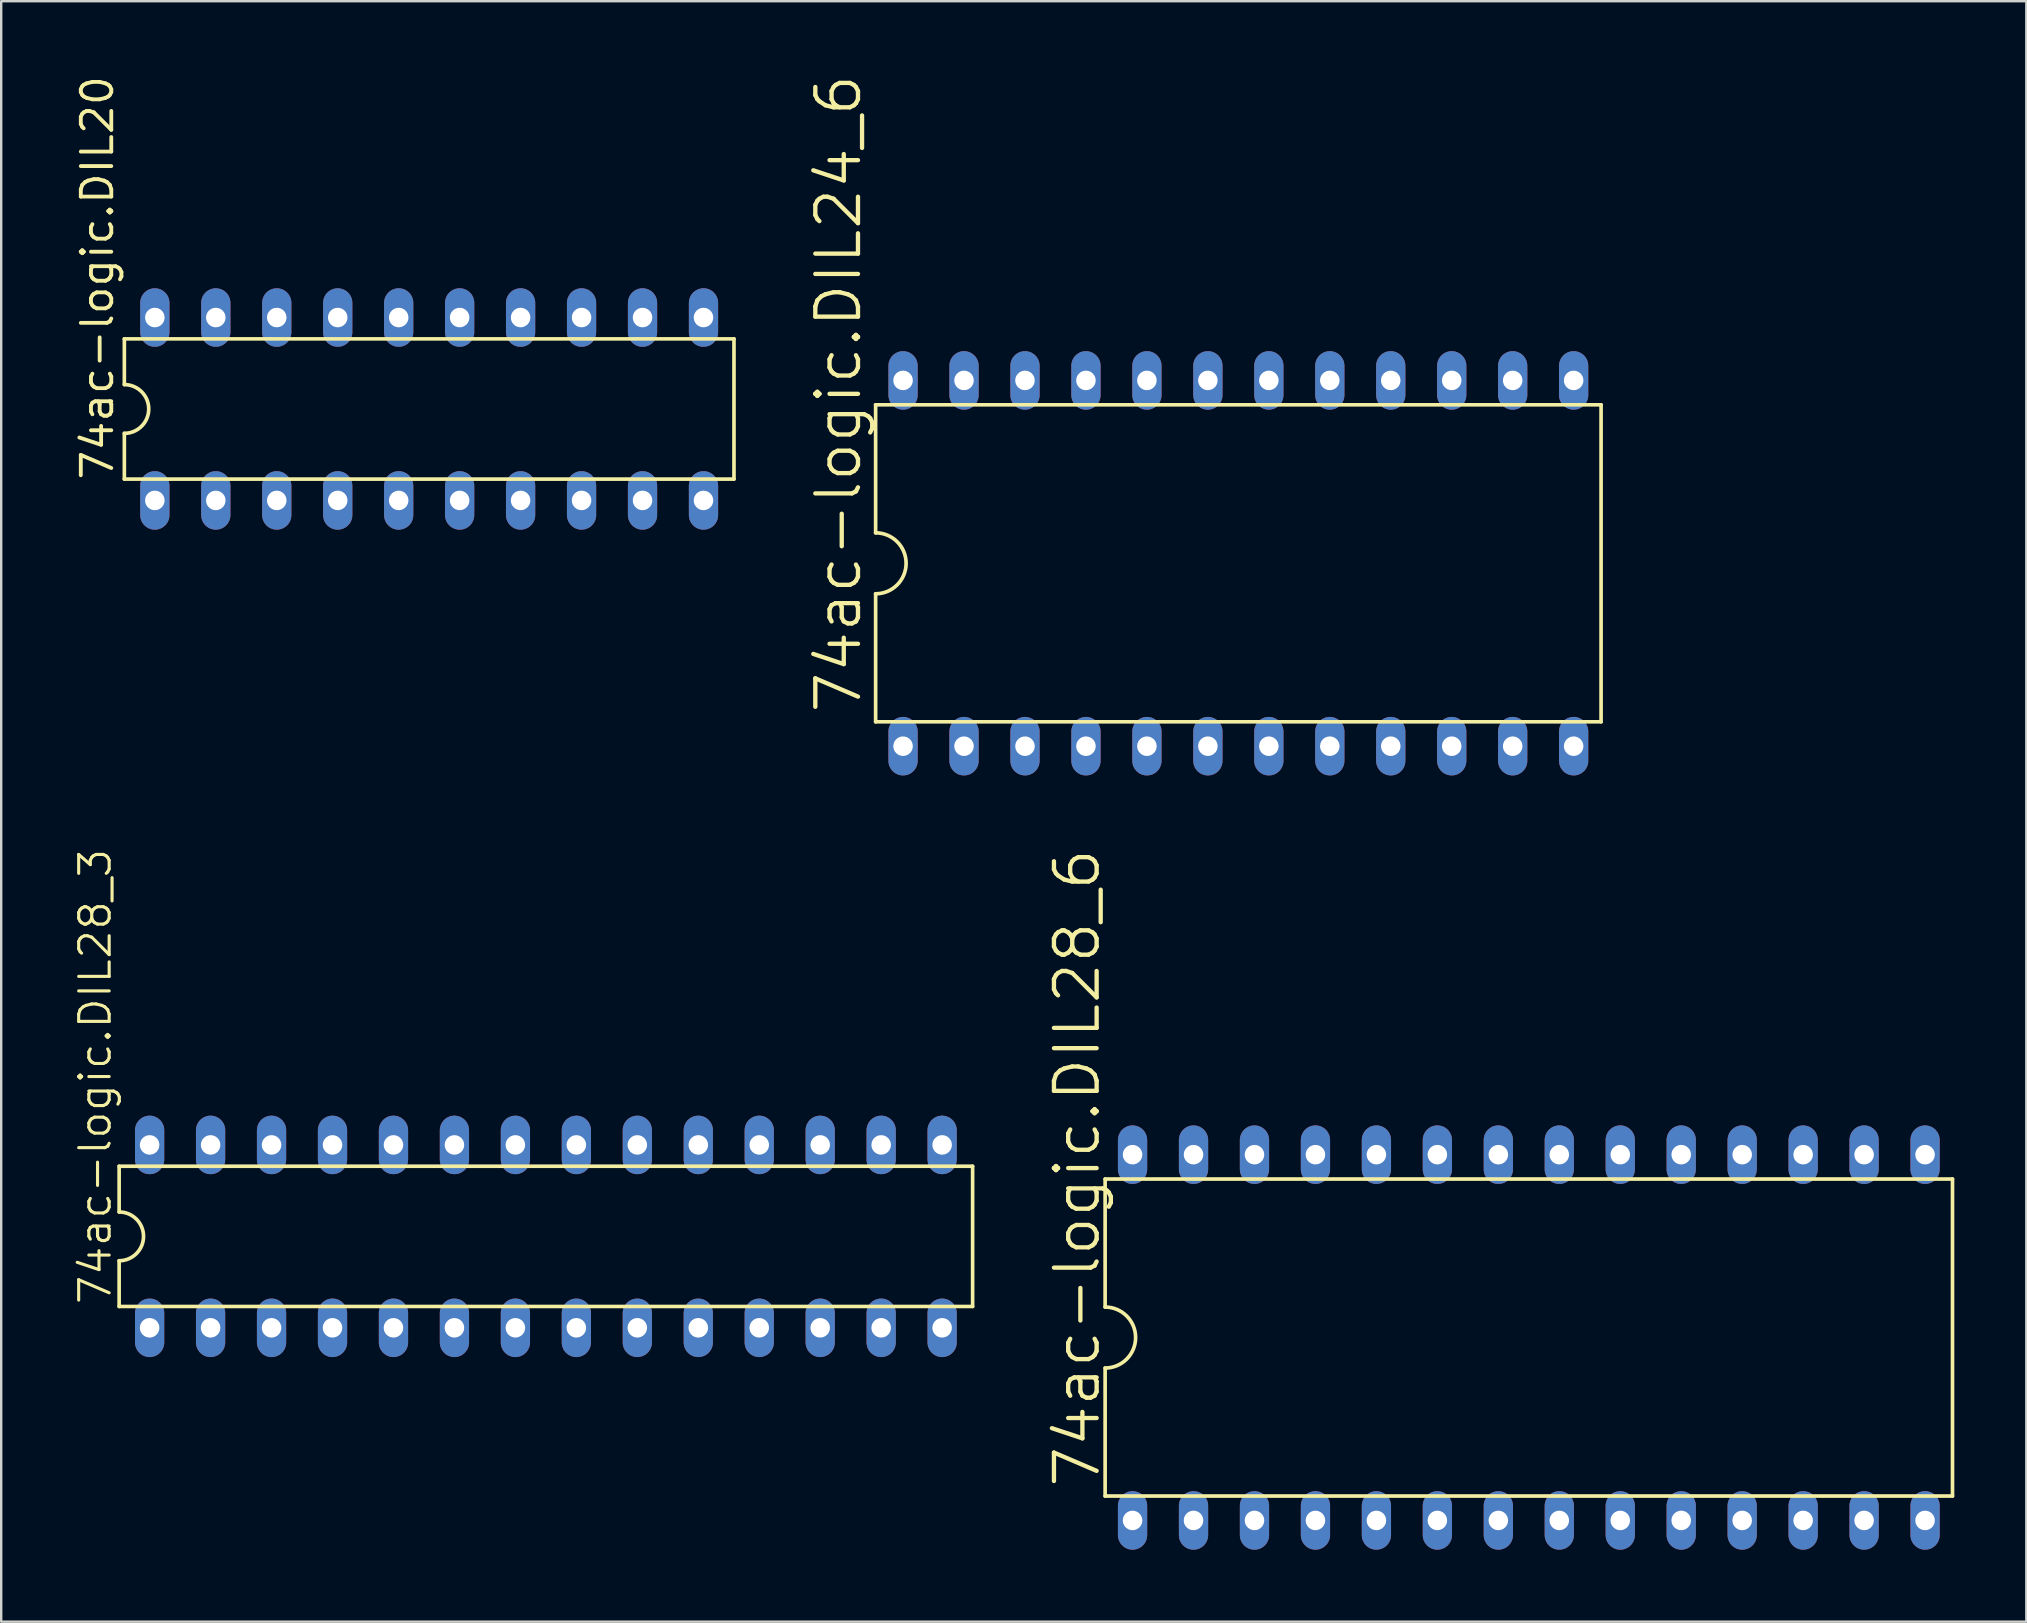
<source format=kicad_pcb>
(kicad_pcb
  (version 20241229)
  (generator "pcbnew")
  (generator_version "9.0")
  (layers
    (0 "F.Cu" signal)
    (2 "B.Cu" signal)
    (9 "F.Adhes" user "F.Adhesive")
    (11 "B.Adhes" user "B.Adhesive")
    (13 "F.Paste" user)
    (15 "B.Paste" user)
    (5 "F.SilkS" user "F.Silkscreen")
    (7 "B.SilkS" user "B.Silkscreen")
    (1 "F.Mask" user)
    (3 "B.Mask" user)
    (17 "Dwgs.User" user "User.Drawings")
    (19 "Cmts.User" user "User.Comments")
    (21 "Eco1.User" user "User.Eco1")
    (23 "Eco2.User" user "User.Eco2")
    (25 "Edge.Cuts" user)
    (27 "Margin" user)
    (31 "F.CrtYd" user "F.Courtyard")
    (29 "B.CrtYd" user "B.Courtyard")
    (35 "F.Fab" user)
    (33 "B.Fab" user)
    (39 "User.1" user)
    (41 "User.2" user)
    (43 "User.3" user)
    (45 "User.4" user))
  (footprint "74ac-logic.DIL20"
    (layer "F.Cu")
    (at 14.831 13.99)
    (property "Reference" "74ac-logic.DIL20" (at -13.081 3.048 90) (layer "F.SilkS") (effects (font (size 1.27 1.27) (thickness 0.16)) (justify left bottom)))
    (attr through_hole)
    (fp_line (start -12.7 -2.921) (end -12.7 -1.016) (stroke (width 0.152) (type default)) (layer "F.SilkS"))
    (fp_line (start -12.7 2.921) (end -12.7 1.016) (stroke (width 0.152) (type default)) (layer "F.SilkS"))
    (fp_line (start -12.7 2.921) (end 12.7 2.921) (stroke (width 0.152) (type default)) (layer "F.SilkS"))
    (fp_line (start 12.7 -2.921) (end -12.7 -2.921) (stroke (width 0.152) (type default)) (layer "F.SilkS"))
    (fp_line (start 12.7 -2.921) (end 12.7 2.921) (stroke (width 0.152) (type default)) (layer "F.SilkS"))
    (fp_arc (start -12.7 -1.016) (mid -11.684 0) (end -12.7 1.016) (stroke (width 0.1524) (type default)) (layer "F.SilkS"))
    (pad "1" thru_hole oval (at -11.43 3.81 90) (size 2.438 1.219) (drill 0.813) (layers "*.Cu" "*.Mask"))
    (pad "2" thru_hole oval (at -8.89 3.81 90) (size 2.438 1.219) (drill 0.813) (layers "*.Cu" "*.Mask"))
    (pad "3" thru_hole oval (at -6.35 3.81 90) (size 2.438 1.219) (drill 0.813) (layers "*.Cu" "*.Mask"))
    (pad "4" thru_hole oval (at -3.81 3.81 90) (size 2.438 1.219) (drill 0.813) (layers "*.Cu" "*.Mask"))
    (pad "5" thru_hole oval (at -1.27 3.81 90) (size 2.438 1.219) (drill 0.813) (layers "*.Cu" "*.Mask"))
    (pad "6" thru_hole oval (at 1.27 3.81 90) (size 2.438 1.219) (drill 0.813) (layers "*.Cu" "*.Mask"))
    (pad "7" thru_hole oval (at 3.81 3.81 90) (size 2.438 1.219) (drill 0.813) (layers "*.Cu" "*.Mask"))
    (pad "8" thru_hole oval (at 6.35 3.81 90) (size 2.438 1.219) (drill 0.813) (layers "*.Cu" "*.Mask"))
    (pad "9" thru_hole oval (at 8.89 3.81 90) (size 2.438 1.219) (drill 0.813) (layers "*.Cu" "*.Mask"))
    (pad "10" thru_hole oval (at 11.43 3.81 90) (size 2.438 1.219) (drill 0.813) (layers "*.Cu" "*.Mask"))
    (pad "11" thru_hole oval (at 11.43 -3.81 90) (size 2.438 1.219) (drill 0.813) (layers "*.Cu" "*.Mask"))
    (pad "12" thru_hole oval (at 8.89 -3.81 90) (size 2.438 1.219) (drill 0.813) (layers "*.Cu" "*.Mask"))
    (pad "13" thru_hole oval (at 6.35 -3.81 90) (size 2.438 1.219) (drill 0.813) (layers "*.Cu" "*.Mask"))
    (pad "14" thru_hole oval (at 3.81 -3.81 90) (size 2.438 1.219) (drill 0.813) (layers "*.Cu" "*.Mask"))
    (pad "15" thru_hole oval (at 1.27 -3.81 90) (size 2.438 1.219) (drill 0.813) (layers "*.Cu" "*.Mask"))
    (pad "16" thru_hole oval (at -1.27 -3.81 90) (size 2.438 1.219) (drill 0.813) (layers "*.Cu" "*.Mask"))
    (pad "17" thru_hole oval (at -3.81 -3.81 90) (size 2.438 1.219) (drill 0.813) (layers "*.Cu" "*.Mask"))
    (pad "18" thru_hole oval (at -6.35 -3.81 90) (size 2.438 1.219) (drill 0.813) (layers "*.Cu" "*.Mask"))
    (pad "19" thru_hole oval (at -8.89 -3.81 90) (size 2.438 1.219) (drill 0.813) (layers "*.Cu" "*.Mask"))
    (pad "20" thru_hole oval (at -11.43 -3.81 90) (size 2.438 1.219) (drill 0.813) (layers "*.Cu" "*.Mask")))
  (footprint "74ac-logic.DIL24_6"
    (layer "F.Cu")
    (at 48.546 20.42)
    (property "Reference" "74ac-logic.DIL24_6" (at -15.621 6.35 90) (layer "F.SilkS") (effects (font (size 1.778 1.778) (thickness 0.18)) (justify left bottom)))
    (attr through_hole)
    (fp_line (start -15.113 -6.604) (end -15.113 -1.27) (stroke (width 0.152) (type default)) (layer "F.SilkS"))
    (fp_line (start -15.113 -6.604) (end 15.113 -6.604) (stroke (width 0.152) (type default)) (layer "F.SilkS"))
    (fp_line (start -15.113 1.27) (end -15.113 6.604) (stroke (width 0.152) (type default)) (layer "F.SilkS"))
    (fp_line (start -15.113 6.604) (end 15.113 6.604) (stroke (width 0.152) (type default)) (layer "F.SilkS"))
    (fp_line (start 15.113 6.604) (end 15.113 -6.604) (stroke (width 0.152) (type default)) (layer "F.SilkS"))
    (fp_arc (start -15.113 -1.27) (mid -13.843 0) (end -15.113 1.27) (stroke (width 0.1524) (type default)) (layer "F.SilkS"))
    (pad "1" thru_hole oval (at -13.97 7.62 90) (size 2.438 1.219) (drill 0.813) (layers "*.Cu" "*.Mask"))
    (pad "2" thru_hole oval (at -11.43 7.62 90) (size 2.438 1.219) (drill 0.813) (layers "*.Cu" "*.Mask"))
    (pad "3" thru_hole oval (at -8.89 7.62 90) (size 2.438 1.219) (drill 0.813) (layers "*.Cu" "*.Mask"))
    (pad "4" thru_hole oval (at -6.35 7.62 90) (size 2.438 1.219) (drill 0.813) (layers "*.Cu" "*.Mask"))
    (pad "5" thru_hole oval (at -3.81 7.62 90) (size 2.438 1.219) (drill 0.813) (layers "*.Cu" "*.Mask"))
    (pad "6" thru_hole oval (at -1.27 7.62 90) (size 2.438 1.219) (drill 0.813) (layers "*.Cu" "*.Mask"))
    (pad "7" thru_hole oval (at 1.27 7.62 90) (size 2.438 1.219) (drill 0.813) (layers "*.Cu" "*.Mask"))
    (pad "8" thru_hole oval (at 3.81 7.62 90) (size 2.438 1.219) (drill 0.813) (layers "*.Cu" "*.Mask"))
    (pad "9" thru_hole oval (at 6.35 7.62 90) (size 2.438 1.219) (drill 0.813) (layers "*.Cu" "*.Mask"))
    (pad "10" thru_hole oval (at 8.89 7.62 90) (size 2.438 1.219) (drill 0.813) (layers "*.Cu" "*.Mask"))
    (pad "11" thru_hole oval (at 11.43 7.62 90) (size 2.438 1.219) (drill 0.813) (layers "*.Cu" "*.Mask"))
    (pad "12" thru_hole oval (at 13.97 7.62 90) (size 2.438 1.219) (drill 0.813) (layers "*.Cu" "*.Mask"))
    (pad "13" thru_hole oval (at 13.97 -7.62 90) (size 2.438 1.219) (drill 0.813) (layers "*.Cu" "*.Mask"))
    (pad "14" thru_hole oval (at 11.43 -7.62 90) (size 2.438 1.219) (drill 0.813) (layers "*.Cu" "*.Mask"))
    (pad "15" thru_hole oval (at 8.89 -7.62 90) (size 2.438 1.219) (drill 0.813) (layers "*.Cu" "*.Mask"))
    (pad "16" thru_hole oval (at 6.35 -7.62 90) (size 2.438 1.219) (drill 0.813) (layers "*.Cu" "*.Mask"))
    (pad "17" thru_hole oval (at 3.81 -7.62 90) (size 2.438 1.219) (drill 0.813) (layers "*.Cu" "*.Mask"))
    (pad "18" thru_hole oval (at 1.27 -7.62 90) (size 2.438 1.219) (drill 0.813) (layers "*.Cu" "*.Mask"))
    (pad "19" thru_hole oval (at -1.27 -7.62 90) (size 2.438 1.219) (drill 0.813) (layers "*.Cu" "*.Mask"))
    (pad "20" thru_hole oval (at -3.81 -7.62 90) (size 2.438 1.219) (drill 0.813) (layers "*.Cu" "*.Mask"))
    (pad "21" thru_hole oval (at -6.35 -7.62 90) (size 2.438 1.219) (drill 0.813) (layers "*.Cu" "*.Mask"))
    (pad "22" thru_hole oval (at -8.89 -7.62 90) (size 2.438 1.219) (drill 0.813) (layers "*.Cu" "*.Mask"))
    (pad "23" thru_hole oval (at -11.43 -7.62 90) (size 2.438 1.219) (drill 0.813) (layers "*.Cu" "*.Mask"))
    (pad "24" thru_hole oval (at -13.97 -7.62 90) (size 2.438 1.219) (drill 0.813) (layers "*.Cu" "*.Mask")))
  (footprint "74ac-logic.DIL28_6"
    (layer "F.Cu")
    (at 60.648 52.679)
    (property "Reference" "74ac-logic.DIL28_6" (at -17.78 6.35 90) (layer "F.SilkS") (effects (font (size 1.778 1.778) (thickness 0.18)) (justify left bottom)))
    (attr through_hole)
    (fp_line (start -17.653 -6.604) (end -17.653 -1.27) (stroke (width 0.152) (type default)) (layer "F.SilkS"))
    (fp_line (start -17.653 -6.604) (end 17.653 -6.604) (stroke (width 0.152) (type default)) (layer "F.SilkS"))
    (fp_line (start -17.653 1.27) (end -17.653 6.604) (stroke (width 0.152) (type default)) (layer "F.SilkS"))
    (fp_line (start -17.653 6.604) (end 17.653 6.604) (stroke (width 0.152) (type default)) (layer "F.SilkS"))
    (fp_line (start 17.653 6.604) (end 17.653 -6.604) (stroke (width 0.152) (type default)) (layer "F.SilkS"))
    (fp_arc (start -17.653 -1.27) (mid -16.383 0) (end -17.653 1.27) (stroke (width 0.1524) (type default)) (layer "F.SilkS"))
    (pad "1" thru_hole oval (at -16.51 7.62 90) (size 2.438 1.219) (drill 0.813) (layers "*.Cu" "*.Mask"))
    (pad "2" thru_hole oval (at -13.97 7.62 90) (size 2.438 1.219) (drill 0.813) (layers "*.Cu" "*.Mask"))
    (pad "3" thru_hole oval (at -11.43 7.62 90) (size 2.438 1.219) (drill 0.813) (layers "*.Cu" "*.Mask"))
    (pad "4" thru_hole oval (at -8.89 7.62 90) (size 2.438 1.219) (drill 0.813) (layers "*.Cu" "*.Mask"))
    (pad "5" thru_hole oval (at -6.35 7.62 90) (size 2.438 1.219) (drill 0.813) (layers "*.Cu" "*.Mask"))
    (pad "6" thru_hole oval (at -3.81 7.62 90) (size 2.438 1.219) (drill 0.813) (layers "*.Cu" "*.Mask"))
    (pad "7" thru_hole oval (at -1.27 7.62 90) (size 2.438 1.219) (drill 0.813) (layers "*.Cu" "*.Mask"))
    (pad "8" thru_hole oval (at 1.27 7.62 90) (size 2.438 1.219) (drill 0.813) (layers "*.Cu" "*.Mask"))
    (pad "9" thru_hole oval (at 3.81 7.62 90) (size 2.438 1.219) (drill 0.813) (layers "*.Cu" "*.Mask"))
    (pad "10" thru_hole oval (at 6.35 7.62 90) (size 2.438 1.219) (drill 0.813) (layers "*.Cu" "*.Mask"))
    (pad "11" thru_hole oval (at 8.89 7.62 90) (size 2.438 1.219) (drill 0.813) (layers "*.Cu" "*.Mask"))
    (pad "12" thru_hole oval (at 11.43 7.62 90) (size 2.438 1.219) (drill 0.813) (layers "*.Cu" "*.Mask"))
    (pad "13" thru_hole oval (at 13.97 7.62 90) (size 2.438 1.219) (drill 0.813) (layers "*.Cu" "*.Mask"))
    (pad "14" thru_hole oval (at 16.51 7.62 90) (size 2.438 1.219) (drill 0.813) (layers "*.Cu" "*.Mask"))
    (pad "15" thru_hole oval (at 16.51 -7.62 90) (size 2.438 1.219) (drill 0.813) (layers "*.Cu" "*.Mask"))
    (pad "16" thru_hole oval (at 13.97 -7.62 90) (size 2.438 1.219) (drill 0.813) (layers "*.Cu" "*.Mask"))
    (pad "17" thru_hole oval (at 11.43 -7.62 90) (size 2.438 1.219) (drill 0.813) (layers "*.Cu" "*.Mask"))
    (pad "18" thru_hole oval (at 8.89 -7.62 90) (size 2.438 1.219) (drill 0.813) (layers "*.Cu" "*.Mask"))
    (pad "19" thru_hole oval (at 6.35 -7.62 90) (size 2.438 1.219) (drill 0.813) (layers "*.Cu" "*.Mask"))
    (pad "20" thru_hole oval (at 3.81 -7.62 90) (size 2.438 1.219) (drill 0.813) (layers "*.Cu" "*.Mask"))
    (pad "21" thru_hole oval (at 1.27 -7.62 90) (size 2.438 1.219) (drill 0.813) (layers "*.Cu" "*.Mask"))
    (pad "22" thru_hole oval (at -1.27 -7.62 90) (size 2.438 1.219) (drill 0.813) (layers "*.Cu" "*.Mask"))
    (pad "23" thru_hole oval (at -3.81 -7.62 90) (size 2.438 1.219) (drill 0.813) (layers "*.Cu" "*.Mask"))
    (pad "24" thru_hole oval (at -6.35 -7.62 90) (size 2.438 1.219) (drill 0.813) (layers "*.Cu" "*.Mask"))
    (pad "25" thru_hole oval (at -8.89 -7.62 90) (size 2.438 1.219) (drill 0.813) (layers "*.Cu" "*.Mask"))
    (pad "26" thru_hole oval (at -11.43 -7.62 90) (size 2.438 1.219) (drill 0.813) (layers "*.Cu" "*.Mask"))
    (pad "27" thru_hole oval (at -13.97 -7.62 90) (size 2.438 1.219) (drill 0.813) (layers "*.Cu" "*.Mask"))
    (pad "28" thru_hole oval (at -16.51 -7.62 90) (size 2.438 1.219) (drill 0.813) (layers "*.Cu" "*.Mask")))
  (footprint "74ac-logic.DIL28_3"
    (layer "F.Cu")
    (at 19.694 48.463)
    (property "Reference" "74ac-logic.DIL28_3" (at -18.034 2.921 90) (layer "F.SilkS") (effects (font (size 1.27 1.27) (thickness 0.13)) (justify left bottom)))
    (attr through_hole)
    (fp_line (start -17.78 -2.921) (end -17.78 -1.016) (stroke (width 0.152) (type default)) (layer "F.SilkS"))
    (fp_line (start -17.78 2.921) (end -17.78 1.016) (stroke (width 0.152) (type default)) (layer "F.SilkS"))
    (fp_line (start -17.78 2.921) (end 17.78 2.921) (stroke (width 0.152) (type default)) (layer "F.SilkS"))
    (fp_line (start 17.78 -2.921) (end -17.78 -2.921) (stroke (width 0.152) (type default)) (layer "F.SilkS"))
    (fp_line (start 17.78 -2.921) (end 17.78 2.921) (stroke (width 0.152) (type default)) (layer "F.SilkS"))
    (fp_arc (start -17.78 -1.016) (mid -16.764 0) (end -17.78 1.016) (stroke (width 0.1524) (type default)) (layer "F.SilkS"))
    (pad "1" thru_hole oval (at -16.51 3.81 90) (size 2.438 1.219) (drill 0.813) (layers "*.Cu" "*.Mask"))
    (pad "2" thru_hole oval (at -13.97 3.81 90) (size 2.438 1.219) (drill 0.813) (layers "*.Cu" "*.Mask"))
    (pad "3" thru_hole oval (at -11.43 3.81 90) (size 2.438 1.219) (drill 0.813) (layers "*.Cu" "*.Mask"))
    (pad "4" thru_hole oval (at -8.89 3.81 90) (size 2.438 1.219) (drill 0.813) (layers "*.Cu" "*.Mask"))
    (pad "5" thru_hole oval (at -6.35 3.81 90) (size 2.438 1.219) (drill 0.813) (layers "*.Cu" "*.Mask"))
    (pad "6" thru_hole oval (at -3.81 3.81 90) (size 2.438 1.219) (drill 0.813) (layers "*.Cu" "*.Mask"))
    (pad "7" thru_hole oval (at -1.27 3.81 90) (size 2.438 1.219) (drill 0.813) (layers "*.Cu" "*.Mask"))
    (pad "8" thru_hole oval (at 1.27 3.81 90) (size 2.438 1.219) (drill 0.813) (layers "*.Cu" "*.Mask"))
    (pad "9" thru_hole oval (at 3.81 3.81 90) (size 2.438 1.219) (drill 0.813) (layers "*.Cu" "*.Mask"))
    (pad "10" thru_hole oval (at 6.35 3.81 90) (size 2.438 1.219) (drill 0.813) (layers "*.Cu" "*.Mask"))
    (pad "11" thru_hole oval (at 8.89 3.81 90) (size 2.438 1.219) (drill 0.813) (layers "*.Cu" "*.Mask"))
    (pad "12" thru_hole oval (at 11.43 3.81 90) (size 2.438 1.219) (drill 0.813) (layers "*.Cu" "*.Mask"))
    (pad "13" thru_hole oval (at 13.97 3.81 90) (size 2.438 1.219) (drill 0.813) (layers "*.Cu" "*.Mask"))
    (pad "14" thru_hole oval (at 16.51 3.81 90) (size 2.438 1.219) (drill 0.813) (layers "*.Cu" "*.Mask"))
    (pad "15" thru_hole oval (at 16.51 -3.81 90) (size 2.438 1.219) (drill 0.813) (layers "*.Cu" "*.Mask"))
    (pad "16" thru_hole oval (at 13.97 -3.81 90) (size 2.438 1.219) (drill 0.813) (layers "*.Cu" "*.Mask"))
    (pad "17" thru_hole oval (at 11.43 -3.81 90) (size 2.438 1.219) (drill 0.813) (layers "*.Cu" "*.Mask"))
    (pad "18" thru_hole oval (at 8.89 -3.81 90) (size 2.438 1.219) (drill 0.813) (layers "*.Cu" "*.Mask"))
    (pad "19" thru_hole oval (at 6.35 -3.81 90) (size 2.438 1.219) (drill 0.813) (layers "*.Cu" "*.Mask"))
    (pad "20" thru_hole oval (at 3.81 -3.81 90) (size 2.438 1.219) (drill 0.813) (layers "*.Cu" "*.Mask"))
    (pad "21" thru_hole oval (at 1.27 -3.81 90) (size 2.438 1.219) (drill 0.813) (layers "*.Cu" "*.Mask"))
    (pad "22" thru_hole oval (at -1.27 -3.81 90) (size 2.438 1.219) (drill 0.813) (layers "*.Cu" "*.Mask"))
    (pad "23" thru_hole oval (at -3.81 -3.81 90) (size 2.438 1.219) (drill 0.813) (layers "*.Cu" "*.Mask"))
    (pad "24" thru_hole oval (at -6.35 -3.81 90) (size 2.438 1.219) (drill 0.813) (layers "*.Cu" "*.Mask"))
    (pad "25" thru_hole oval (at -8.89 -3.81 90) (size 2.438 1.219) (drill 0.813) (layers "*.Cu" "*.Mask"))
    (pad "26" thru_hole oval (at -11.43 -3.81 90) (size 2.438 1.219) (drill 0.813) (layers "*.Cu" "*.Mask"))
    (pad "27" thru_hole oval (at -13.97 -3.81 90) (size 2.438 1.219) (drill 0.813) (layers "*.Cu" "*.Mask"))
    (pad "28" thru_hole oval (at -16.51 -3.81 90) (size 2.438 1.219) (drill 0.813) (layers "*.Cu" "*.Mask")))
  (gr_rect
    (start -3 -3)
    (end 81.377 64.518)
    (stroke (width 0.1) (type default))
    (fill no)
    (layer "Edge.Cuts")))
</source>
